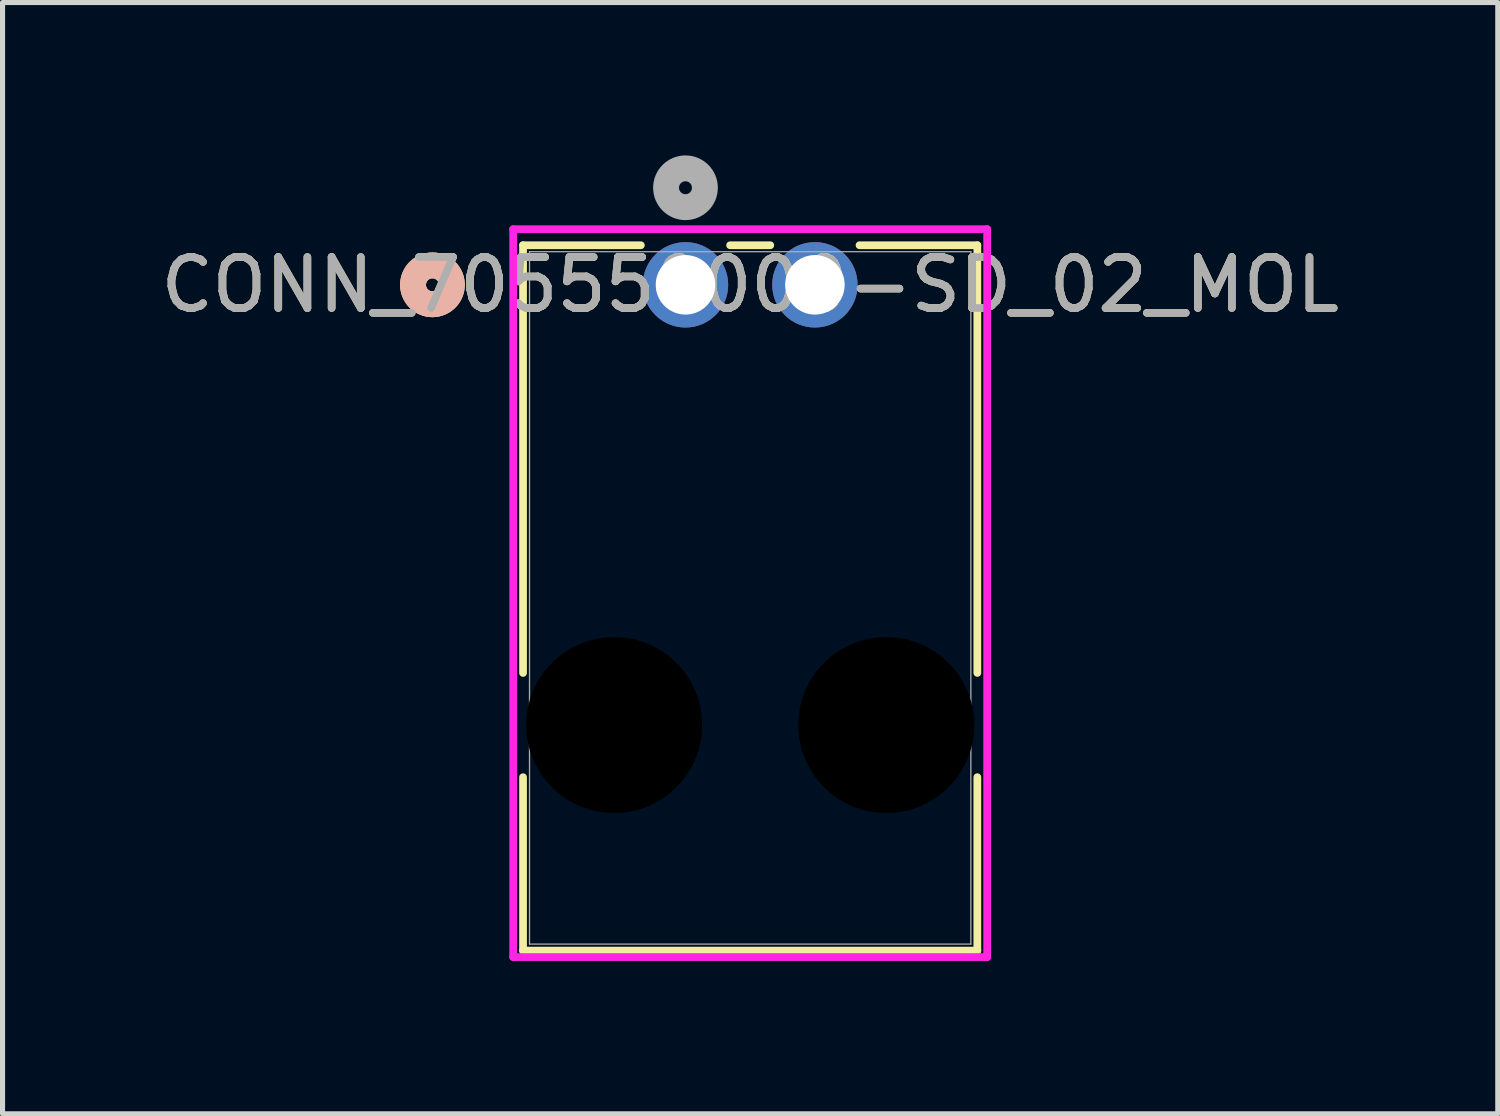
<source format=kicad_pcb>
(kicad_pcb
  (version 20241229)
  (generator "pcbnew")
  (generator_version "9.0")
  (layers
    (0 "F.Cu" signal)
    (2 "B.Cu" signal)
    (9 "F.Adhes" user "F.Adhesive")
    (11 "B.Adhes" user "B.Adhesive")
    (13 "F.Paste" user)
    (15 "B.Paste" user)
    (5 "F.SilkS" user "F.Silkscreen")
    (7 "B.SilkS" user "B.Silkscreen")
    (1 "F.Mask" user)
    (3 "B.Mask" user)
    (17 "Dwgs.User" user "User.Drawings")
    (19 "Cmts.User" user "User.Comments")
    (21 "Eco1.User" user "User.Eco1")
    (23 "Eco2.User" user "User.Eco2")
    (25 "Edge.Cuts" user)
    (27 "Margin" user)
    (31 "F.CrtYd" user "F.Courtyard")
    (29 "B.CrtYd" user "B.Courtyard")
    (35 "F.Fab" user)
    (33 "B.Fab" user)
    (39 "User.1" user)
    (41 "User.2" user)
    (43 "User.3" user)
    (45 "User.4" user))
  (footprint "CONN_705550000-SD_02_MOL"
    (layer "F.Cu")
    (at 10.403 2.54)
    (property "Reference" "CONN_705550000-SD_02_MOL" (at 1.27 0 0) (unlocked yes) (layer "F.SilkS") (effects (font (size 1 1) (thickness 0.15))))
    (attr through_hole)
    (fp_line (start -3.188 -0.777) (end -3.188 7.617) (stroke (width 0.152) (type solid)) (layer "F.SilkS"))
    (fp_line (start -3.188 9.663) (end -3.188 13.066) (stroke (width 0.152) (type solid)) (layer "F.SilkS"))
    (fp_line (start -3.188 13.066) (end 5.728 13.066) (stroke (width 0.152) (type solid)) (layer "F.SilkS"))
    (fp_line (start -0.876 -0.777) (end -3.188 -0.777) (stroke (width 0.152) (type solid)) (layer "F.SilkS"))
    (fp_line (start 1.664 -0.777) (end 0.876 -0.777) (stroke (width 0.152) (type solid)) (layer "F.SilkS"))
    (fp_line (start 5.728 -0.777) (end 3.416 -0.777) (stroke (width 0.152) (type solid)) (layer "F.SilkS"))
    (fp_line (start 5.728 7.617) (end 5.728 -0.777) (stroke (width 0.152) (type solid)) (layer "F.SilkS"))
    (fp_line (start 5.728 13.066) (end 5.728 9.663) (stroke (width 0.152) (type solid)) (layer "F.SilkS"))
    (fp_circle (center -4.966 0) (end -4.585 0) (stroke (width 0.508) (type solid)) (fill no) (layer "F.SilkS"))
    (fp_circle (center -4.966 0) (end -4.585 0) (stroke (width 0.508) (type solid)) (fill no) (layer "B.SilkS"))
    (fp_line (start -3.381 -1.092) (end -3.381 13.193) (stroke (width 0.152) (type solid)) (layer "F.CrtYd"))
    (fp_line (start -3.381 13.193) (end 5.921 13.193) (stroke (width 0.152) (type solid)) (layer "F.CrtYd"))
    (fp_line (start 5.921 -1.092) (end -3.381 -1.092) (stroke (width 0.152) (type solid)) (layer "F.CrtYd"))
    (fp_line (start 5.921 13.193) (end 5.921 -1.092) (stroke (width 0.152) (type solid)) (layer "F.CrtYd"))
    (fp_line (start -3.061 -0.65) (end -3.061 12.939) (stroke (width 0.025) (type solid)) (layer "F.Fab"))
    (fp_line (start -3.061 12.939) (end 5.601 12.939) (stroke (width 0.025) (type solid)) (layer "F.Fab"))
    (fp_line (start 5.601 -0.65) (end -3.061 -0.65) (stroke (width 0.025) (type solid)) (layer "F.Fab"))
    (fp_line (start 5.601 12.939) (end 5.601 -0.65) (stroke (width 0.025) (type solid)) (layer "F.Fab"))
    (fp_circle (center 0 -1.905) (end 0.381 -1.905) (stroke (width 0.508) (type solid)) (fill no) (layer "F.Fab"))
    (fp_text user "${REFERENCE}" (at 1.27 0 0) (unlocked yes) (layer "F.Fab") (effects (font (size 1 1) (thickness 0.15))))
    (pad "" np_thru_hole circle (at -1.4 8.64) (size 3.454 3.454) (drill 3.454) (layers))
    (pad "" np_thru_hole circle (at 3.94 8.64) (size 3.454 3.454) (drill 3.454) (layers))
    (pad "1" thru_hole circle (at 0 0) (size 1.676 1.676) (drill 1.168) (layers "*.Cu" "*.Mask"))
    (pad "2" thru_hole circle (at 2.54 0) (size 1.676 1.676) (drill 1.168) (layers "*.Cu" "*.Mask")))
  (gr_rect
    (start -3 -3)
    (end 26.345 18.809)
    (stroke (width 0.1) (type default))
    (fill no)
    (layer "Edge.Cuts")))
</source>
